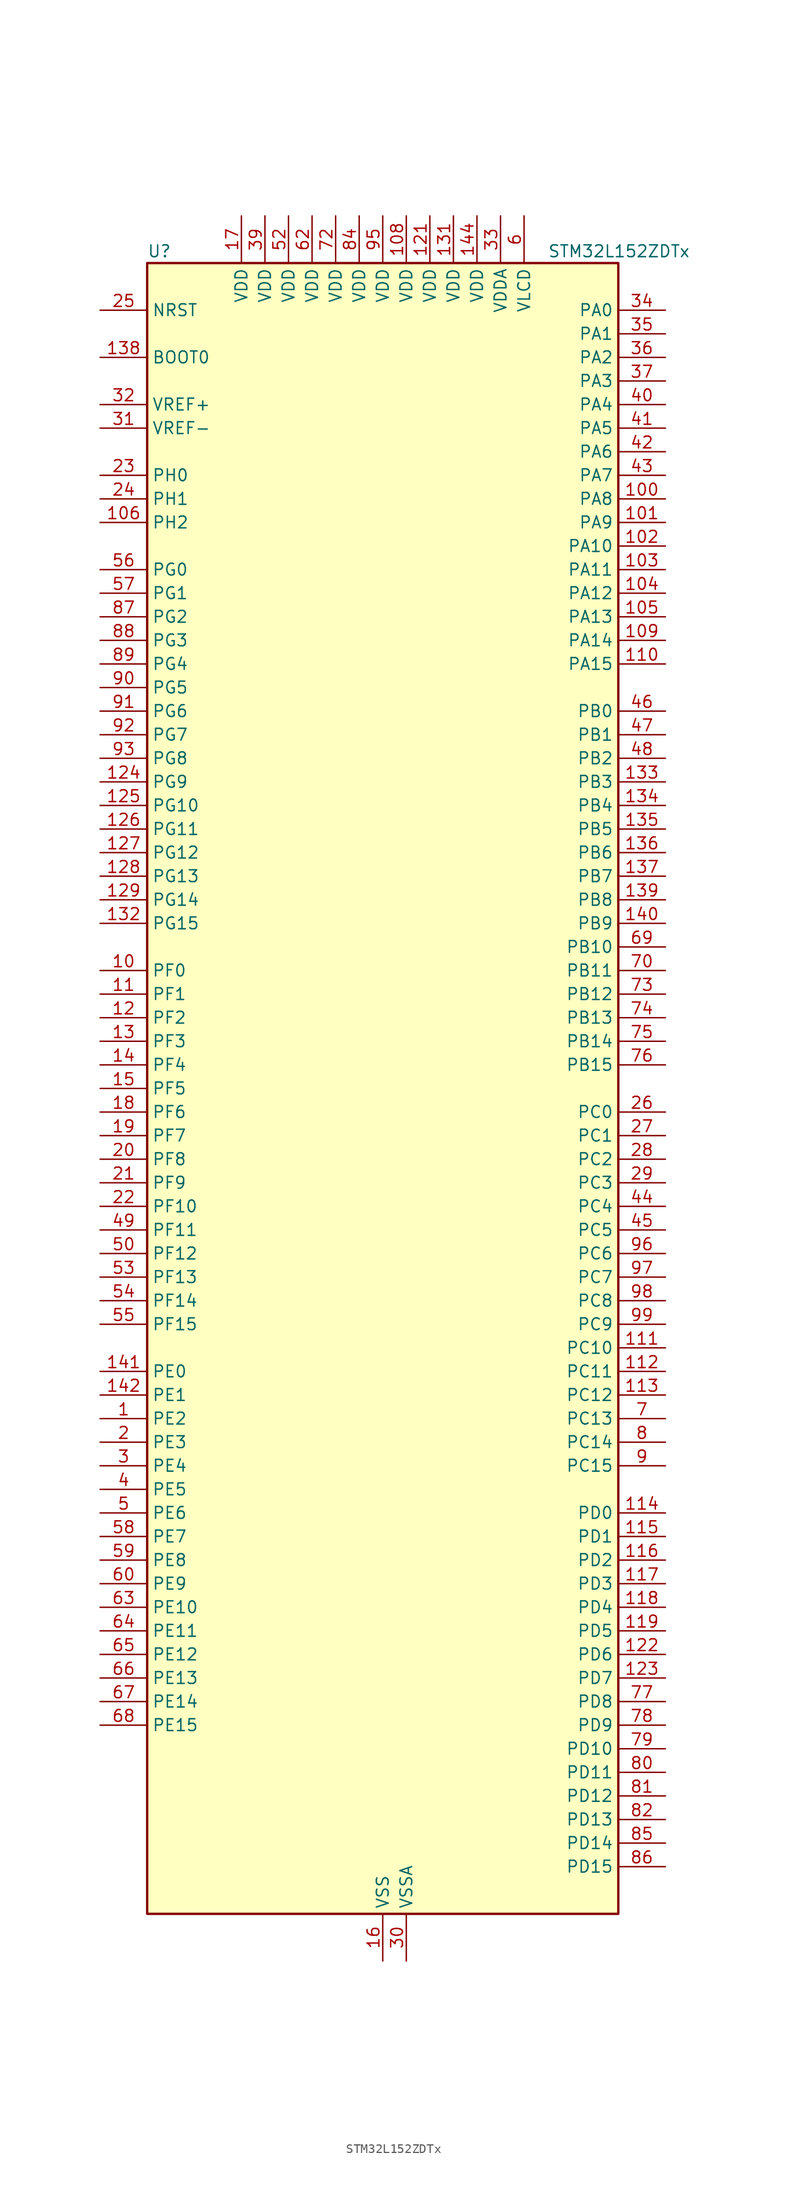
<source format=kicad_sym>
(kicad_symbol_lib
  (version 20241209)
  (generator "kicad_symbol_editor")
  (generator_version "9.0")
  (symbol "STM32L152ZDTx"
    (property "Reference" "U"
      (at -25.4 90.17 0)
      (effects (font (size 1.27 1.27)) (justify left)))
    (property "Value" "STM32L152ZDTx"
      (at 17.78 90.17 0)
      (effects (font (size 1.27 1.27)) (justify left)))
    (symbol "STM32L152ZDTx_0_1"
      (rectangle (start -25.4 -88.9) (end 25.4 88.9) (stroke (width 0.254) (type default)) (fill (type background))))
    (symbol "STM32L152ZDTx_1_1"
      (pin input line (at -30.48 83.82 0) (length 5.08) (name "NRST" (effects (font (size 1.27 1.27)))) (number "25" (effects (font (size 1.27 1.27)))))
      (pin input line (at -30.48 78.74 0) (length 5.08) (name "BOOT0" (effects (font (size 1.27 1.27)))) (number "138" (effects (font (size 1.27 1.27)))))
      (pin input line (at -30.48 73.66 0) (length 5.08) (name "VREF+" (effects (font (size 1.27 1.27)))) (number "32" (effects (font (size 1.27 1.27)))))
      (pin input line (at -30.48 71.12 0) (length 5.08) (name "VREF-" (effects (font (size 1.27 1.27)))) (number "31" (effects (font (size 1.27 1.27)))))
      (pin bidirectional line (at -30.48 66.04 0) (length 5.08) (name "PH0" (effects (font (size 1.27 1.27)))) (number "23" (effects (font (size 1.27 1.27)))) (alternate "RCC_OSC_IN" bidirectional line))
      (pin bidirectional line (at -30.48 63.5 0) (length 5.08) (name "PH1" (effects (font (size 1.27 1.27)))) (number "24" (effects (font (size 1.27 1.27)))) (alternate "RCC_OSC_OUT" bidirectional line))
      (pin bidirectional line (at -30.48 60.96 0) (length 5.08) (name "PH2" (effects (font (size 1.27 1.27)))) (number "106" (effects (font (size 1.27 1.27)))) (alternate "FSMC_A22" bidirectional line))
      (pin bidirectional line (at -30.48 55.88 0) (length 5.08) (name "PG0" (effects (font (size 1.27 1.27)))) (number "56" (effects (font (size 1.27 1.27)))) (alternate "ADC_IN8b" bidirectional line) (alternate "FSMC_A10" bidirectional line) (alternate "TS_G2_IO4" bidirectional line))
      (pin bidirectional line (at -30.48 53.34 0) (length 5.08) (name "PG1" (effects (font (size 1.27 1.27)))) (number "57" (effects (font (size 1.27 1.27)))) (alternate "ADC_IN9b" bidirectional line) (alternate "FSMC_A11" bidirectional line) (alternate "TS_G2_IO5" bidirectional line))
      (pin bidirectional line (at -30.48 50.8 0) (length 5.08) (name "PG2" (effects (font (size 1.27 1.27)))) (number "87" (effects (font (size 1.27 1.27)))) (alternate "ADC_IN10b" bidirectional line) (alternate "FSMC_A12" bidirectional line) (alternate "TS_G7_IO5" bidirectional line))
      (pin bidirectional line (at -30.48 48.26 0) (length 5.08) (name "PG3" (effects (font (size 1.27 1.27)))) (number "88" (effects (font (size 1.27 1.27)))) (alternate "ADC_IN11b" bidirectional line) (alternate "FSMC_A13" bidirectional line) (alternate "TS_G7_IO6" bidirectional line))
      (pin bidirectional line (at -30.48 45.72 0) (length 5.08) (name "PG4" (effects (font (size 1.27 1.27)))) (number "89" (effects (font (size 1.27 1.27)))) (alternate "ADC_IN12b" bidirectional line) (alternate "FSMC_A14" bidirectional line) (alternate "TS_G7_IO7" bidirectional line))
      (pin bidirectional line (at -30.48 43.18 0) (length 5.08) (name "PG5" (effects (font (size 1.27 1.27)))) (number "90" (effects (font (size 1.27 1.27)))) (alternate "FSMC_A15" bidirectional line))
      (pin bidirectional line (at -30.48 40.64 0) (length 5.08) (name "PG6" (effects (font (size 1.27 1.27)))) (number "91" (effects (font (size 1.27 1.27)))))
      (pin bidirectional line (at -30.48 38.1 0) (length 5.08) (name "PG7" (effects (font (size 1.27 1.27)))) (number "92" (effects (font (size 1.27 1.27)))))
      (pin bidirectional line (at -30.48 35.56 0) (length 5.08) (name "PG8" (effects (font (size 1.27 1.27)))) (number "93" (effects (font (size 1.27 1.27)))))
      (pin bidirectional line (at -30.48 33.02 0) (length 5.08) (name "PG9" (effects (font (size 1.27 1.27)))) (number "124" (effects (font (size 1.27 1.27)))) (alternate "DAC_EXTI9" bidirectional line) (alternate "FSMC_NE2" bidirectional line))
      (pin bidirectional line (at -30.48 30.48 0) (length 5.08) (name "PG10" (effects (font (size 1.27 1.27)))) (number "125" (effects (font (size 1.27 1.27)))) (alternate "FSMC_NE3" bidirectional line))
      (pin bidirectional line (at -30.48 27.94 0) (length 5.08) (name "PG11" (effects (font (size 1.27 1.27)))) (number "126" (effects (font (size 1.27 1.27)))) (alternate "ADC_EXTI11" bidirectional line))
      (pin bidirectional line (at -30.48 25.4 0) (length 5.08) (name "PG12" (effects (font (size 1.27 1.27)))) (number "127" (effects (font (size 1.27 1.27)))) (alternate "FSMC_NE4" bidirectional line))
      (pin bidirectional line (at -30.48 22.86 0) (length 5.08) (name "PG13" (effects (font (size 1.27 1.27)))) (number "128" (effects (font (size 1.27 1.27)))) (alternate "FSMC_A24" bidirectional line))
      (pin bidirectional line (at -30.48 20.32 0) (length 5.08) (name "PG14" (effects (font (size 1.27 1.27)))) (number "129" (effects (font (size 1.27 1.27)))) (alternate "FSMC_A25" bidirectional line))
      (pin bidirectional line (at -30.48 17.78 0) (length 5.08) (name "PG15" (effects (font (size 1.27 1.27)))) (number "132" (effects (font (size 1.27 1.27)))) (alternate "ADC_EXTI15" bidirectional line))
      (pin bidirectional line (at -30.48 12.7 0) (length 5.08) (name "PF0" (effects (font (size 1.27 1.27)))) (number "10" (effects (font (size 1.27 1.27)))) (alternate "FSMC_A0" bidirectional line))
      (pin bidirectional line (at -30.48 10.16 0) (length 5.08) (name "PF1" (effects (font (size 1.27 1.27)))) (number "11" (effects (font (size 1.27 1.27)))) (alternate "FSMC_A1" bidirectional line))
      (pin bidirectional line (at -30.48 7.62 0) (length 5.08) (name "PF2" (effects (font (size 1.27 1.27)))) (number "12" (effects (font (size 1.27 1.27)))) (alternate "FSMC_A2" bidirectional line))
      (pin bidirectional line (at -30.48 5.08 0) (length 5.08) (name "PF3" (effects (font (size 1.27 1.27)))) (number "13" (effects (font (size 1.27 1.27)))) (alternate "FSMC_A3" bidirectional line))
      (pin bidirectional line (at -30.48 2.54 0) (length 5.08) (name "PF4" (effects (font (size 1.27 1.27)))) (number "14" (effects (font (size 1.27 1.27)))) (alternate "FSMC_A4" bidirectional line))
      (pin bidirectional line (at -30.48 0 0) (length 5.08) (name "PF5" (effects (font (size 1.27 1.27)))) (number "15" (effects (font (size 1.27 1.27)))) (alternate "FSMC_A5" bidirectional line))
      (pin bidirectional line (at -30.48 -2.54 0) (length 5.08) (name "PF6" (effects (font (size 1.27 1.27)))) (number "18" (effects (font (size 1.27 1.27)))) (alternate "ADC_IN27" bidirectional line) (alternate "TIM5_CH1" bidirectional line) (alternate "TIM5_ETR" bidirectional line) (alternate "TS_G11_IO1" bidirectional line))
      (pin bidirectional line (at -30.48 -5.08 0) (length 5.08) (name "PF7" (effects (font (size 1.27 1.27)))) (number "19" (effects (font (size 1.27 1.27)))) (alternate "ADC_IN28" bidirectional line) (alternate "COMP1_INP" bidirectional line) (alternate "TIM5_CH2" bidirectional line) (alternate "TS_G11_IO2" bidirectional line))
      (pin bidirectional line (at -30.48 -7.62 0) (length 5.08) (name "PF8" (effects (font (size 1.27 1.27)))) (number "20" (effects (font (size 1.27 1.27)))) (alternate "ADC_IN29" bidirectional line) (alternate "COMP1_INP" bidirectional line) (alternate "TIM5_CH3" bidirectional line) (alternate "TS_G11_IO3" bidirectional line))
      (pin bidirectional line (at -30.48 -10.16 0) (length 5.08) (name "PF9" (effects (font (size 1.27 1.27)))) (number "21" (effects (font (size 1.27 1.27)))) (alternate "ADC_IN30" bidirectional line) (alternate "COMP1_INP" bidirectional line) (alternate "DAC_EXTI9" bidirectional line) (alternate "TIM5_CH4" bidirectional line) (alternate "TS_G11_IO4" bidirectional line))
      (pin bidirectional line (at -30.48 -12.7 0) (length 5.08) (name "PF10" (effects (font (size 1.27 1.27)))) (number "22" (effects (font (size 1.27 1.27)))) (alternate "ADC_IN31" bidirectional line) (alternate "COMP1_INP" bidirectional line) (alternate "TS_G11_IO5" bidirectional line))
      (pin bidirectional line (at -30.48 -15.24 0) (length 5.08) (name "PF11" (effects (font (size 1.27 1.27)))) (number "49" (effects (font (size 1.27 1.27)))) (alternate "ADC_EXTI11" bidirectional line) (alternate "ADC_IN1b" bidirectional line) (alternate "TS_G3_IO4" bidirectional line))
      (pin bidirectional line (at -30.48 -17.78 0) (length 5.08) (name "PF12" (effects (font (size 1.27 1.27)))) (number "50" (effects (font (size 1.27 1.27)))) (alternate "ADC_IN2b" bidirectional line) (alternate "FSMC_A6" bidirectional line) (alternate "TS_G3_IO5" bidirectional line))
      (pin bidirectional line (at -30.48 -20.32 0) (length 5.08) (name "PF13" (effects (font (size 1.27 1.27)))) (number "53" (effects (font (size 1.27 1.27)))) (alternate "ADC_IN3b" bidirectional line) (alternate "FSMC_A7" bidirectional line) (alternate "TS_G9_IO3" bidirectional line))
      (pin bidirectional line (at -30.48 -22.86 0) (length 5.08) (name "PF14" (effects (font (size 1.27 1.27)))) (number "54" (effects (font (size 1.27 1.27)))) (alternate "ADC_IN6b" bidirectional line) (alternate "FSMC_A8" bidirectional line) (alternate "TS_G9_IO4" bidirectional line))
      (pin bidirectional line (at -30.48 -25.4 0) (length 5.08) (name "PF15" (effects (font (size 1.27 1.27)))) (number "55" (effects (font (size 1.27 1.27)))) (alternate "ADC_EXTI15" bidirectional line) (alternate "ADC_IN7b" bidirectional line) (alternate "FSMC_A9" bidirectional line) (alternate "TS_G2_IO3" bidirectional line))
      (pin bidirectional line (at -30.48 -30.48 0) (length 5.08) (name "PE0" (effects (font (size 1.27 1.27)))) (number "141" (effects (font (size 1.27 1.27)))) (alternate "FSMC_NBL0" bidirectional line) (alternate "LCD_SEG36" bidirectional line) (alternate "TIM10_CH1" bidirectional line) (alternate "TIM4_ETR" bidirectional line) (alternate "TIMX_IC1" bidirectional line))
      (pin bidirectional line (at -30.48 -33.02 0) (length 5.08) (name "PE1" (effects (font (size 1.27 1.27)))) (number "142" (effects (font (size 1.27 1.27)))) (alternate "FSMC_NBL1" bidirectional line) (alternate "LCD_SEG37" bidirectional line) (alternate "TIM11_CH1" bidirectional line) (alternate "TIMX_IC2" bidirectional line))
      (pin bidirectional line (at -30.48 -35.56 0) (length 5.08) (name "PE2" (effects (font (size 1.27 1.27)))) (number "1" (effects (font (size 1.27 1.27)))) (alternate "FSMC_A23" bidirectional line) (alternate "LCD_SEG38" bidirectional line) (alternate "SYS_TRACECK" bidirectional line) (alternate "TIM3_ETR" bidirectional line) (alternate "TIMX_IC3" bidirectional line))
      (pin bidirectional line (at -30.48 -38.1 0) (length 5.08) (name "PE3" (effects (font (size 1.27 1.27)))) (number "2" (effects (font (size 1.27 1.27)))) (alternate "FSMC_A19" bidirectional line) (alternate "LCD_SEG39" bidirectional line) (alternate "SYS_TRACED0" bidirectional line) (alternate "TIM3_CH1" bidirectional line) (alternate "TIMX_IC4" bidirectional line))
      (pin bidirectional line (at -30.48 -40.64 0) (length 5.08) (name "PE4" (effects (font (size 1.27 1.27)))) (number "3" (effects (font (size 1.27 1.27)))) (alternate "FSMC_A20" bidirectional line) (alternate "SYS_TRACED1" bidirectional line) (alternate "TIM3_CH2" bidirectional line) (alternate "TIMX_IC1" bidirectional line))
      (pin bidirectional line (at -30.48 -43.18 0) (length 5.08) (name "PE5" (effects (font (size 1.27 1.27)))) (number "4" (effects (font (size 1.27 1.27)))) (alternate "FSMC_A21" bidirectional line) (alternate "SYS_TRACED2" bidirectional line) (alternate "TIM9_CH1" bidirectional line) (alternate "TIMX_IC2" bidirectional line))
      (pin bidirectional line (at -30.48 -45.72 0) (length 5.08) (name "PE6" (effects (font (size 1.27 1.27)))) (number "5" (effects (font (size 1.27 1.27)))) (alternate "RTC_TAMP3" bidirectional line) (alternate "SYS_TRACED3" bidirectional line) (alternate "SYS_WKUP3" bidirectional line) (alternate "TIM9_CH2" bidirectional line) (alternate "TIMX_IC3" bidirectional line))
      (pin bidirectional line (at -30.48 -48.26 0) (length 5.08) (name "PE7" (effects (font (size 1.27 1.27)))) (number "58" (effects (font (size 1.27 1.27)))) (alternate "ADC_IN22" bidirectional line) (alternate "COMP1_INP" bidirectional line) (alternate "FSMC_D4" bidirectional line) (alternate "FSMC_DA4" bidirectional line) (alternate "TIMX_IC4" bidirectional line))
      (pin bidirectional line (at -30.48 -50.8 0) (length 5.08) (name "PE8" (effects (font (size 1.27 1.27)))) (number "59" (effects (font (size 1.27 1.27)))) (alternate "ADC_IN23" bidirectional line) (alternate "COMP1_INP" bidirectional line) (alternate "FSMC_D5" bidirectional line) (alternate "FSMC_DA5" bidirectional line) (alternate "TIMX_IC1" bidirectional line))
      (pin bidirectional line (at -30.48 -53.34 0) (length 5.08) (name "PE9" (effects (font (size 1.27 1.27)))) (number "60" (effects (font (size 1.27 1.27)))) (alternate "ADC_IN24" bidirectional line) (alternate "COMP1_INP" bidirectional line) (alternate "DAC_EXTI9" bidirectional line) (alternate "FSMC_D6" bidirectional line) (alternate "FSMC_DA6" bidirectional line) (alternate "TIM2_CH1" bidirectional line) (alternate "TIM2_ETR" bidirectional line) (alternate "TIMX_IC2" bidirectional line))
      (pin bidirectional line (at -30.48 -55.88 0) (length 5.08) (name "PE10" (effects (font (size 1.27 1.27)))) (number "63" (effects (font (size 1.27 1.27)))) (alternate "ADC_IN25" bidirectional line) (alternate "COMP1_INP" bidirectional line) (alternate "FSMC_D7" bidirectional line) (alternate "FSMC_DA7" bidirectional line) (alternate "TIM2_CH2" bidirectional line) (alternate "TIMX_IC3" bidirectional line))
      (pin bidirectional line (at -30.48 -58.42 0) (length 5.08) (name "PE11" (effects (font (size 1.27 1.27)))) (number "64" (effects (font (size 1.27 1.27)))) (alternate "ADC_EXTI11" bidirectional line) (alternate "FSMC_D8" bidirectional line) (alternate "FSMC_DA8" bidirectional line) (alternate "TIM2_CH3" bidirectional line) (alternate "TIMX_IC4" bidirectional line))
      (pin bidirectional line (at -30.48 -60.96 0) (length 5.08) (name "PE12" (effects (font (size 1.27 1.27)))) (number "65" (effects (font (size 1.27 1.27)))) (alternate "FSMC_D9" bidirectional line) (alternate "FSMC_DA9" bidirectional line) (alternate "SPI1_NSS" bidirectional line) (alternate "TIM2_CH4" bidirectional line) (alternate "TIMX_IC1" bidirectional line))
      (pin bidirectional line (at -30.48 -63.5 0) (length 5.08) (name "PE13" (effects (font (size 1.27 1.27)))) (number "66" (effects (font (size 1.27 1.27)))) (alternate "FSMC_D10" bidirectional line) (alternate "FSMC_DA10" bidirectional line) (alternate "SPI1_SCK" bidirectional line) (alternate "TIMX_IC2" bidirectional line))
      (pin bidirectional line (at -30.48 -66.04 0) (length 5.08) (name "PE14" (effects (font (size 1.27 1.27)))) (number "67" (effects (font (size 1.27 1.27)))) (alternate "FSMC_D11" bidirectional line) (alternate "FSMC_DA11" bidirectional line) (alternate "SPI1_MISO" bidirectional line) (alternate "TIMX_IC3" bidirectional line))
      (pin bidirectional line (at -30.48 -68.58 0) (length 5.08) (name "PE15" (effects (font (size 1.27 1.27)))) (number "68" (effects (font (size 1.27 1.27)))) (alternate "ADC_EXTI15" bidirectional line) (alternate "FSMC_D12" bidirectional line) (alternate "FSMC_DA12" bidirectional line) (alternate "SPI1_MOSI" bidirectional line) (alternate "TIMX_IC4" bidirectional line))
      (pin power_in line (at -15.24 93.98 270) (length 5.08) (name "VDD" (effects (font (size 1.27 1.27)))) (number "17" (effects (font (size 1.27 1.27)))))
      (pin power_in line (at -12.7 93.98 270) (length 5.08) (name "VDD" (effects (font (size 1.27 1.27)))) (number "39" (effects (font (size 1.27 1.27)))))
      (pin power_in line (at -10.16 93.98 270) (length 5.08) (name "VDD" (effects (font (size 1.27 1.27)))) (number "52" (effects (font (size 1.27 1.27)))))
      (pin power_in line (at -7.62 93.98 270) (length 5.08) (name "VDD" (effects (font (size 1.27 1.27)))) (number "62" (effects (font (size 1.27 1.27)))))
      (pin power_in line (at -5.08 93.98 270) (length 5.08) (name "VDD" (effects (font (size 1.27 1.27)))) (number "72" (effects (font (size 1.27 1.27)))))
      (pin power_in line (at -2.54 93.98 270) (length 5.08) (name "VDD" (effects (font (size 1.27 1.27)))) (number "84" (effects (font (size 1.27 1.27)))))
      (pin power_in line (at 0 93.98 270) (length 5.08) (name "VDD" (effects (font (size 1.27 1.27)))) (number "95" (effects (font (size 1.27 1.27)))))
      (pin passive line (at 0 -93.98 90) (length 5.08) (hide yes) (name "VSS" (effects (font (size 1.27 1.27)))) (number "107" (effects (font (size 1.27 1.27)))))
      (pin passive line (at 0 -93.98 90) (length 5.08) (hide yes) (name "VSS" (effects (font (size 1.27 1.27)))) (number "120" (effects (font (size 1.27 1.27)))))
      (pin passive line (at 0 -93.98 90) (length 5.08) (hide yes) (name "VSS" (effects (font (size 1.27 1.27)))) (number "130" (effects (font (size 1.27 1.27)))))
      (pin passive line (at 0 -93.98 90) (length 5.08) (hide yes) (name "VSS" (effects (font (size 1.27 1.27)))) (number "143" (effects (font (size 1.27 1.27)))))
      (pin power_in line (at 0 -93.98 90) (length 5.08) (name "VSS" (effects (font (size 1.27 1.27)))) (number "16" (effects (font (size 1.27 1.27)))))
      (pin passive line (at 0 -93.98 90) (length 5.08) (hide yes) (name "VSS" (effects (font (size 1.27 1.27)))) (number "38" (effects (font (size 1.27 1.27)))))
      (pin passive line (at 0 -93.98 90) (length 5.08) (hide yes) (name "VSS" (effects (font (size 1.27 1.27)))) (number "51" (effects (font (size 1.27 1.27)))))
      (pin passive line (at 0 -93.98 90) (length 5.08) (hide yes) (name "VSS" (effects (font (size 1.27 1.27)))) (number "61" (effects (font (size 1.27 1.27)))))
      (pin passive line (at 0 -93.98 90) (length 5.08) (hide yes) (name "VSS" (effects (font (size 1.27 1.27)))) (number "71" (effects (font (size 1.27 1.27)))))
      (pin passive line (at 0 -93.98 90) (length 5.08) (hide yes) (name "VSS" (effects (font (size 1.27 1.27)))) (number "83" (effects (font (size 1.27 1.27)))))
      (pin passive line (at 0 -93.98 90) (length 5.08) (hide yes) (name "VSS" (effects (font (size 1.27 1.27)))) (number "94" (effects (font (size 1.27 1.27)))))
      (pin power_in line (at 2.54 93.98 270) (length 5.08) (name "VDD" (effects (font (size 1.27 1.27)))) (number "108" (effects (font (size 1.27 1.27)))))
      (pin power_in line (at 2.54 -93.98 90) (length 5.08) (name "VSSA" (effects (font (size 1.27 1.27)))) (number "30" (effects (font (size 1.27 1.27)))))
      (pin power_in line (at 5.08 93.98 270) (length 5.08) (name "VDD" (effects (font (size 1.27 1.27)))) (number "121" (effects (font (size 1.27 1.27)))))
      (pin power_in line (at 7.62 93.98 270) (length 5.08) (name "VDD" (effects (font (size 1.27 1.27)))) (number "131" (effects (font (size 1.27 1.27)))))
      (pin power_in line (at 10.16 93.98 270) (length 5.08) (name "VDD" (effects (font (size 1.27 1.27)))) (number "144" (effects (font (size 1.27 1.27)))))
      (pin power_in line (at 12.7 93.98 270) (length 5.08) (name "VDDA" (effects (font (size 1.27 1.27)))) (number "33" (effects (font (size 1.27 1.27)))))
      (pin power_in line (at 15.24 93.98 270) (length 5.08) (name "VLCD" (effects (font (size 1.27 1.27)))) (number "6" (effects (font (size 1.27 1.27)))))
      (pin bidirectional line (at 30.48 83.82 180) (length 5.08) (name "PA0" (effects (font (size 1.27 1.27)))) (number "34" (effects (font (size 1.27 1.27)))) (alternate "ADC_IN0" bidirectional line) (alternate "COMP1_INP" bidirectional line) (alternate "RTC_TAMP2" bidirectional line) (alternate "SYS_WKUP1" bidirectional line) (alternate "TIM2_CH1" bidirectional line) (alternate "TIM2_ETR" bidirectional line) (alternate "TIM5_CH1" bidirectional line) (alternate "TIMX_IC1" bidirectional line) (alternate "TS_G1_IO1" bidirectional line) (alternate "USART2_CTS" bidirectional line))
      (pin bidirectional line (at 30.48 81.28 180) (length 5.08) (name "PA1" (effects (font (size 1.27 1.27)))) (number "35" (effects (font (size 1.27 1.27)))) (alternate "ADC_IN1" bidirectional line) (alternate "COMP1_INP" bidirectional line) (alternate "LCD_SEG0" bidirectional line) (alternate "OPAMP1_VINP" bidirectional line) (alternate "TIM2_CH2" bidirectional line) (alternate "TIM5_CH2" bidirectional line) (alternate "TIMX_IC2" bidirectional line) (alternate "TS_G1_IO2" bidirectional line) (alternate "USART2_RTS" bidirectional line))
      (pin bidirectional line (at 30.48 78.74 180) (length 5.08) (name "PA2" (effects (font (size 1.27 1.27)))) (number "36" (effects (font (size 1.27 1.27)))) (alternate "ADC_IN2" bidirectional line) (alternate "COMP1_INP" bidirectional line) (alternate "LCD_SEG1" bidirectional line) (alternate "OPAMP1_VINM" bidirectional line) (alternate "TIM2_CH3" bidirectional line) (alternate "TIM5_CH3" bidirectional line) (alternate "TIM9_CH1" bidirectional line) (alternate "TIMX_IC3" bidirectional line) (alternate "TS_G1_IO3" bidirectional line) (alternate "USART2_TX" bidirectional line))
      (pin bidirectional line (at 30.48 76.2 180) (length 5.08) (name "PA3" (effects (font (size 1.27 1.27)))) (number "37" (effects (font (size 1.27 1.27)))) (alternate "ADC_IN3" bidirectional line) (alternate "COMP1_INP" bidirectional line) (alternate "LCD_SEG2" bidirectional line) (alternate "OPAMP1_VOUT" bidirectional line) (alternate "TIM2_CH4" bidirectional line) (alternate "TIM5_CH4" bidirectional line) (alternate "TIM9_CH2" bidirectional line) (alternate "TIMX_IC4" bidirectional line) (alternate "TS_G1_IO4" bidirectional line) (alternate "USART2_RX" bidirectional line))
      (pin bidirectional line (at 30.48 73.66 180) (length 5.08) (name "PA4" (effects (font (size 1.27 1.27)))) (number "40" (effects (font (size 1.27 1.27)))) (alternate "ADC_IN4" bidirectional line) (alternate "COMP1_INP" bidirectional line) (alternate "DAC_OUT1" bidirectional line) (alternate "I2S3_WS" bidirectional line) (alternate "SPI1_NSS" bidirectional line) (alternate "SPI3_NSS" bidirectional line) (alternate "TIMX_IC1" bidirectional line) (alternate "USART2_CK" bidirectional line))
      (pin bidirectional line (at 30.48 71.12 180) (length 5.08) (name "PA5" (effects (font (size 1.27 1.27)))) (number "41" (effects (font (size 1.27 1.27)))) (alternate "ADC_IN5" bidirectional line) (alternate "COMP1_INP" bidirectional line) (alternate "DAC_OUT2" bidirectional line) (alternate "SPI1_SCK" bidirectional line) (alternate "TIM2_CH1" bidirectional line) (alternate "TIM2_ETR" bidirectional line) (alternate "TIMX_IC2" bidirectional line))
      (pin bidirectional line (at 30.48 68.58 180) (length 5.08) (name "PA6" (effects (font (size 1.27 1.27)))) (number "42" (effects (font (size 1.27 1.27)))) (alternate "ADC_IN6" bidirectional line) (alternate "COMP1_INP" bidirectional line) (alternate "LCD_SEG3" bidirectional line) (alternate "OPAMP2_VINP" bidirectional line) (alternate "SPI1_MISO" bidirectional line) (alternate "TIM10_CH1" bidirectional line) (alternate "TIM3_CH1" bidirectional line) (alternate "TIMX_IC3" bidirectional line) (alternate "TS_G2_IO1" bidirectional line))
      (pin bidirectional line (at 30.48 66.04 180) (length 5.08) (name "PA7" (effects (font (size 1.27 1.27)))) (number "43" (effects (font (size 1.27 1.27)))) (alternate "ADC_IN7" bidirectional line) (alternate "COMP1_INP" bidirectional line) (alternate "LCD_SEG4" bidirectional line) (alternate "OPAMP2_VINM" bidirectional line) (alternate "SPI1_MOSI" bidirectional line) (alternate "TIM11_CH1" bidirectional line) (alternate "TIM3_CH2" bidirectional line) (alternate "TIMX_IC4" bidirectional line) (alternate "TS_G2_IO2" bidirectional line))
      (pin bidirectional line (at 30.48 63.5 180) (length 5.08) (name "PA8" (effects (font (size 1.27 1.27)))) (number "100" (effects (font (size 1.27 1.27)))) (alternate "LCD_COM0" bidirectional line) (alternate "RCC_MCO" bidirectional line) (alternate "TIMX_IC1" bidirectional line) (alternate "TS_G4_IO1" bidirectional line) (alternate "USART1_CK" bidirectional line))
      (pin bidirectional line (at 30.48 60.96 180) (length 5.08) (name "PA9" (effects (font (size 1.27 1.27)))) (number "101" (effects (font (size 1.27 1.27)))) (alternate "DAC_EXTI9" bidirectional line) (alternate "LCD_COM1" bidirectional line) (alternate "TIMX_IC2" bidirectional line) (alternate "TS_G4_IO2" bidirectional line) (alternate "USART1_TX" bidirectional line))
      (pin bidirectional line (at 30.48 58.42 180) (length 5.08) (name "PA10" (effects (font (size 1.27 1.27)))) (number "102" (effects (font (size 1.27 1.27)))) (alternate "LCD_COM2" bidirectional line) (alternate "TIMX_IC3" bidirectional line) (alternate "TS_G4_IO3" bidirectional line) (alternate "USART1_RX" bidirectional line))
      (pin bidirectional line (at 30.48 55.88 180) (length 5.08) (name "PA11" (effects (font (size 1.27 1.27)))) (number "103" (effects (font (size 1.27 1.27)))) (alternate "ADC_EXTI11" bidirectional line) (alternate "SPI1_MISO" bidirectional line) (alternate "TIMX_IC4" bidirectional line) (alternate "USART1_CTS" bidirectional line) (alternate "USB_DM" bidirectional line))
      (pin bidirectional line (at 30.48 53.34 180) (length 5.08) (name "PA12" (effects (font (size 1.27 1.27)))) (number "104" (effects (font (size 1.27 1.27)))) (alternate "SPI1_MOSI" bidirectional line) (alternate "TIMX_IC1" bidirectional line) (alternate "USART1_RTS" bidirectional line) (alternate "USB_DP" bidirectional line))
      (pin bidirectional line (at 30.48 50.8 180) (length 5.08) (name "PA13" (effects (font (size 1.27 1.27)))) (number "105" (effects (font (size 1.27 1.27)))) (alternate "SYS_JTMS-SWDIO" bidirectional line) (alternate "TIMX_IC2" bidirectional line) (alternate "TS_G5_IO1" bidirectional line))
      (pin bidirectional line (at 30.48 48.26 180) (length 5.08) (name "PA14" (effects (font (size 1.27 1.27)))) (number "109" (effects (font (size 1.27 1.27)))) (alternate "SYS_JTCK-SWCLK" bidirectional line) (alternate "TIMX_IC3" bidirectional line) (alternate "TS_G5_IO2" bidirectional line))
      (pin bidirectional line (at 30.48 45.72 180) (length 5.08) (name "PA15" (effects (font (size 1.27 1.27)))) (number "110" (effects (font (size 1.27 1.27)))) (alternate "ADC_EXTI15" bidirectional line) (alternate "I2S3_WS" bidirectional line) (alternate "LCD_SEG17" bidirectional line) (alternate "SPI1_NSS" bidirectional line) (alternate "SPI3_NSS" bidirectional line) (alternate "SYS_JTDI" bidirectional line) (alternate "TIM2_CH1" bidirectional line) (alternate "TIM2_ETR" bidirectional line) (alternate "TIMX_IC4" bidirectional line) (alternate "TS_G5_IO3" bidirectional line))
      (pin bidirectional line (at 30.48 40.64 180) (length 5.08) (name "PB0" (effects (font (size 1.27 1.27)))) (number "46" (effects (font (size 1.27 1.27)))) (alternate "ADC_IN8" bidirectional line) (alternate "COMP1_INP" bidirectional line) (alternate "LCD_SEG5" bidirectional line) (alternate "OPAMP2_VOUT" bidirectional line) (alternate "SYS_V_REF_OUT" bidirectional line) (alternate "TIM3_CH3" bidirectional line) (alternate "TS_G3_IO1" bidirectional line))
      (pin bidirectional line (at 30.48 38.1 180) (length 5.08) (name "PB1" (effects (font (size 1.27 1.27)))) (number "47" (effects (font (size 1.27 1.27)))) (alternate "ADC_IN9" bidirectional line) (alternate "COMP1_INP" bidirectional line) (alternate "LCD_SEG6" bidirectional line) (alternate "SYS_V_REF_OUT" bidirectional line) (alternate "TIM3_CH4" bidirectional line) (alternate "TS_G3_IO2" bidirectional line))
      (pin bidirectional line (at 30.48 35.56 180) (length 5.08) (name "PB2" (effects (font (size 1.27 1.27)))) (number "48" (effects (font (size 1.27 1.27)))) (alternate "ADC_IN0b" bidirectional line) (alternate "TS_G3_IO3" bidirectional line))
      (pin bidirectional line (at 30.48 33.02 180) (length 5.08) (name "PB3" (effects (font (size 1.27 1.27)))) (number "133" (effects (font (size 1.27 1.27)))) (alternate "COMP2_INM" bidirectional line) (alternate "I2S3_CK" bidirectional line) (alternate "LCD_SEG7" bidirectional line) (alternate "SPI1_SCK" bidirectional line) (alternate "SPI3_SCK" bidirectional line) (alternate "SYS_JTDO-TRACESWO" bidirectional line) (alternate "TIM2_CH2" bidirectional line))
      (pin bidirectional line (at 30.48 30.48 180) (length 5.08) (name "PB4" (effects (font (size 1.27 1.27)))) (number "134" (effects (font (size 1.27 1.27)))) (alternate "COMP2_INP" bidirectional line) (alternate "LCD_SEG8" bidirectional line) (alternate "SPI1_MISO" bidirectional line) (alternate "SPI3_MISO" bidirectional line) (alternate "SYS_JTRST" bidirectional line) (alternate "TIM3_CH1" bidirectional line) (alternate "TS_G6_IO1" bidirectional line))
      (pin bidirectional line (at 30.48 27.94 180) (length 5.08) (name "PB5" (effects (font (size 1.27 1.27)))) (number "135" (effects (font (size 1.27 1.27)))) (alternate "COMP2_INP" bidirectional line) (alternate "I2C1_SMBA" bidirectional line) (alternate "I2S3_SD" bidirectional line) (alternate "LCD_SEG9" bidirectional line) (alternate "SPI1_MOSI" bidirectional line) (alternate "SPI3_MOSI" bidirectional line) (alternate "TIM3_CH2" bidirectional line) (alternate "TS_G6_IO2" bidirectional line))
      (pin bidirectional line (at 30.48 25.4 180) (length 5.08) (name "PB6" (effects (font (size 1.27 1.27)))) (number "136" (effects (font (size 1.27 1.27)))) (alternate "COMP2_INP" bidirectional line) (alternate "I2C1_SCL" bidirectional line) (alternate "TIM4_CH1" bidirectional line) (alternate "TS_G6_IO3" bidirectional line) (alternate "USART1_TX" bidirectional line))
      (pin bidirectional line (at 30.48 22.86 180) (length 5.08) (name "PB7" (effects (font (size 1.27 1.27)))) (number "137" (effects (font (size 1.27 1.27)))) (alternate "COMP2_INP" bidirectional line) (alternate "FSMC_NL" bidirectional line) (alternate "I2C1_SDA" bidirectional line) (alternate "SYS_PVD_IN" bidirectional line) (alternate "TIM4_CH2" bidirectional line) (alternate "TS_G6_IO4" bidirectional line) (alternate "USART1_RX" bidirectional line))
      (pin bidirectional line (at 30.48 20.32 180) (length 5.08) (name "PB8" (effects (font (size 1.27 1.27)))) (number "139" (effects (font (size 1.27 1.27)))) (alternate "I2C1_SCL" bidirectional line) (alternate "LCD_SEG16" bidirectional line) (alternate "SDIO_D4" bidirectional line) (alternate "TIM10_CH1" bidirectional line) (alternate "TIM4_CH3" bidirectional line))
      (pin bidirectional line (at 30.48 17.78 180) (length 5.08) (name "PB9" (effects (font (size 1.27 1.27)))) (number "140" (effects (font (size 1.27 1.27)))) (alternate "DAC_EXTI9" bidirectional line) (alternate "I2C1_SDA" bidirectional line) (alternate "LCD_COM3" bidirectional line) (alternate "SDIO_D5" bidirectional line) (alternate "TIM11_CH1" bidirectional line) (alternate "TIM4_CH4" bidirectional line))
      (pin bidirectional line (at 30.48 15.24 180) (length 5.08) (name "PB10" (effects (font (size 1.27 1.27)))) (number "69" (effects (font (size 1.27 1.27)))) (alternate "I2C2_SCL" bidirectional line) (alternate "LCD_SEG10" bidirectional line) (alternate "TIM2_CH3" bidirectional line) (alternate "USART3_TX" bidirectional line))
      (pin bidirectional line (at 30.48 12.7 180) (length 5.08) (name "PB11" (effects (font (size 1.27 1.27)))) (number "70" (effects (font (size 1.27 1.27)))) (alternate "ADC_EXTI11" bidirectional line) (alternate "I2C2_SDA" bidirectional line) (alternate "LCD_SEG11" bidirectional line) (alternate "TIM2_CH4" bidirectional line) (alternate "USART3_RX" bidirectional line))
      (pin bidirectional line (at 30.48 10.16 180) (length 5.08) (name "PB12" (effects (font (size 1.27 1.27)))) (number "73" (effects (font (size 1.27 1.27)))) (alternate "ADC_IN18" bidirectional line) (alternate "COMP1_INP" bidirectional line) (alternate "I2C2_SMBA" bidirectional line) (alternate "I2S2_WS" bidirectional line) (alternate "LCD_SEG12" bidirectional line) (alternate "SPI2_NSS" bidirectional line) (alternate "TIM10_CH1" bidirectional line) (alternate "TS_G7_IO1" bidirectional line) (alternate "USART3_CK" bidirectional line))
      (pin bidirectional line (at 30.48 7.62 180) (length 5.08) (name "PB13" (effects (font (size 1.27 1.27)))) (number "74" (effects (font (size 1.27 1.27)))) (alternate "ADC_IN19" bidirectional line) (alternate "COMP1_INP" bidirectional line) (alternate "I2S2_CK" bidirectional line) (alternate "LCD_SEG13" bidirectional line) (alternate "SPI2_SCK" bidirectional line) (alternate "TIM9_CH1" bidirectional line) (alternate "TS_G7_IO2" bidirectional line) (alternate "USART3_CTS" bidirectional line))
      (pin bidirectional line (at 30.48 5.08 180) (length 5.08) (name "PB14" (effects (font (size 1.27 1.27)))) (number "75" (effects (font (size 1.27 1.27)))) (alternate "ADC_IN20" bidirectional line) (alternate "COMP1_INP" bidirectional line) (alternate "LCD_SEG14" bidirectional line) (alternate "SPI2_MISO" bidirectional line) (alternate "TIM9_CH2" bidirectional line) (alternate "TS_G7_IO3" bidirectional line) (alternate "USART3_RTS" bidirectional line))
      (pin bidirectional line (at 30.48 2.54 180) (length 5.08) (name "PB15" (effects (font (size 1.27 1.27)))) (number "76" (effects (font (size 1.27 1.27)))) (alternate "ADC_EXTI15" bidirectional line) (alternate "ADC_IN21" bidirectional line) (alternate "COMP1_INP" bidirectional line) (alternate "I2S2_SD" bidirectional line) (alternate "LCD_SEG15" bidirectional line) (alternate "RTC_REFIN" bidirectional line) (alternate "SPI2_MOSI" bidirectional line) (alternate "TIM11_CH1" bidirectional line) (alternate "TS_G7_IO4" bidirectional line))
      (pin bidirectional line (at 30.48 -2.54 180) (length 5.08) (name "PC0" (effects (font (size 1.27 1.27)))) (number "26" (effects (font (size 1.27 1.27)))) (alternate "ADC_IN10" bidirectional line) (alternate "COMP1_INP" bidirectional line) (alternate "LCD_SEG18" bidirectional line) (alternate "TIMX_IC1" bidirectional line) (alternate "TS_G8_IO1" bidirectional line))
      (pin bidirectional line (at 30.48 -5.08 180) (length 5.08) (name "PC1" (effects (font (size 1.27 1.27)))) (number "27" (effects (font (size 1.27 1.27)))) (alternate "ADC_IN11" bidirectional line) (alternate "COMP1_INP" bidirectional line) (alternate "LCD_SEG19" bidirectional line) (alternate "OPAMP3_VINP" bidirectional line) (alternate "TIMX_IC2" bidirectional line) (alternate "TS_G8_IO2" bidirectional line))
      (pin bidirectional line (at 30.48 -7.62 180) (length 5.08) (name "PC2" (effects (font (size 1.27 1.27)))) (number "28" (effects (font (size 1.27 1.27)))) (alternate "ADC_IN12" bidirectional line) (alternate "COMP1_INP" bidirectional line) (alternate "LCD_SEG20" bidirectional line) (alternate "OPAMP3_VINM" bidirectional line) (alternate "TIMX_IC3" bidirectional line) (alternate "TS_G8_IO3" bidirectional line))
      (pin bidirectional line (at 30.48 -10.16 180) (length 5.08) (name "PC3" (effects (font (size 1.27 1.27)))) (number "29" (effects (font (size 1.27 1.27)))) (alternate "ADC_IN13" bidirectional line) (alternate "COMP1_INP" bidirectional line) (alternate "LCD_SEG21" bidirectional line) (alternate "OPAMP3_VOUT" bidirectional line) (alternate "TIMX_IC4" bidirectional line) (alternate "TS_G8_IO4" bidirectional line))
      (pin bidirectional line (at 30.48 -12.7 180) (length 5.08) (name "PC4" (effects (font (size 1.27 1.27)))) (number "44" (effects (font (size 1.27 1.27)))) (alternate "ADC_IN14" bidirectional line) (alternate "COMP1_INP" bidirectional line) (alternate "LCD_SEG22" bidirectional line) (alternate "TIMX_IC1" bidirectional line) (alternate "TS_G9_IO1" bidirectional line))
      (pin bidirectional line (at 30.48 -15.24 180) (length 5.08) (name "PC5" (effects (font (size 1.27 1.27)))) (number "45" (effects (font (size 1.27 1.27)))) (alternate "ADC_IN15" bidirectional line) (alternate "COMP1_INP" bidirectional line) (alternate "LCD_SEG23" bidirectional line) (alternate "TIMX_IC2" bidirectional line) (alternate "TS_G9_IO2" bidirectional line))
      (pin bidirectional line (at 30.48 -17.78 180) (length 5.08) (name "PC6" (effects (font (size 1.27 1.27)))) (number "96" (effects (font (size 1.27 1.27)))) (alternate "I2S2_MCK" bidirectional line) (alternate "LCD_SEG24" bidirectional line) (alternate "SDIO_D6" bidirectional line) (alternate "TIM3_CH1" bidirectional line) (alternate "TIMX_IC3" bidirectional line) (alternate "TS_G10_IO1" bidirectional line))
      (pin bidirectional line (at 30.48 -20.32 180) (length 5.08) (name "PC7" (effects (font (size 1.27 1.27)))) (number "97" (effects (font (size 1.27 1.27)))) (alternate "I2S3_MCK" bidirectional line) (alternate "LCD_SEG25" bidirectional line) (alternate "SDIO_D7" bidirectional line) (alternate "TIM3_CH2" bidirectional line) (alternate "TIMX_IC4" bidirectional line) (alternate "TS_G10_IO2" bidirectional line))
      (pin bidirectional line (at 30.48 -22.86 180) (length 5.08) (name "PC8" (effects (font (size 1.27 1.27)))) (number "98" (effects (font (size 1.27 1.27)))) (alternate "LCD_SEG26" bidirectional line) (alternate "SDIO_D0" bidirectional line) (alternate "TIM3_CH3" bidirectional line) (alternate "TIMX_IC1" bidirectional line) (alternate "TS_G10_IO3" bidirectional line))
      (pin bidirectional line (at 30.48 -25.4 180) (length 5.08) (name "PC9" (effects (font (size 1.27 1.27)))) (number "99" (effects (font (size 1.27 1.27)))) (alternate "DAC_EXTI9" bidirectional line) (alternate "LCD_SEG27" bidirectional line) (alternate "SDIO_D1" bidirectional line) (alternate "TIM3_CH4" bidirectional line) (alternate "TIMX_IC2" bidirectional line) (alternate "TS_G10_IO4" bidirectional line))
      (pin bidirectional line (at 30.48 -27.94 180) (length 5.08) (name "PC10" (effects (font (size 1.27 1.27)))) (number "111" (effects (font (size 1.27 1.27)))) (alternate "I2S3_CK" bidirectional line) (alternate "LCD_COM4" bidirectional line) (alternate "LCD_SEG28" bidirectional line) (alternate "LCD_SEG40" bidirectional line) (alternate "SDIO_D2" bidirectional line) (alternate "SPI3_SCK" bidirectional line) (alternate "TIMX_IC3" bidirectional line) (alternate "UART4_TX" bidirectional line) (alternate "USART3_TX" bidirectional line))
      (pin bidirectional line (at 30.48 -30.48 180) (length 5.08) (name "PC11" (effects (font (size 1.27 1.27)))) (number "112" (effects (font (size 1.27 1.27)))) (alternate "ADC_EXTI11" bidirectional line) (alternate "LCD_COM5" bidirectional line) (alternate "LCD_SEG29" bidirectional line) (alternate "LCD_SEG41" bidirectional line) (alternate "SDIO_D3" bidirectional line) (alternate "SPI3_MISO" bidirectional line) (alternate "TIMX_IC4" bidirectional line) (alternate "UART4_RX" bidirectional line) (alternate "USART3_RX" bidirectional line))
      (pin bidirectional line (at 30.48 -33.02 180) (length 5.08) (name "PC12" (effects (font (size 1.27 1.27)))) (number "113" (effects (font (size 1.27 1.27)))) (alternate "I2S3_SD" bidirectional line) (alternate "LCD_COM6" bidirectional line) (alternate "LCD_SEG30" bidirectional line) (alternate "LCD_SEG42" bidirectional line) (alternate "SDIO_CK" bidirectional line) (alternate "SPI3_MOSI" bidirectional line) (alternate "TIMX_IC1" bidirectional line) (alternate "UART5_TX" bidirectional line) (alternate "USART3_CK" bidirectional line))
      (pin bidirectional line (at 30.48 -35.56 180) (length 5.08) (name "PC13" (effects (font (size 1.27 1.27)))) (number "7" (effects (font (size 1.27 1.27)))) (alternate "RTC_OUT_ALARM" bidirectional line) (alternate "RTC_OUT_CALIB" bidirectional line) (alternate "RTC_TAMP1" bidirectional line) (alternate "RTC_TS" bidirectional line) (alternate "SYS_WKUP2" bidirectional line) (alternate "TIMX_IC2" bidirectional line))
      (pin bidirectional line (at 30.48 -38.1 180) (length 5.08) (name "PC14" (effects (font (size 1.27 1.27)))) (number "8" (effects (font (size 1.27 1.27)))) (alternate "RCC_OSC32_IN" bidirectional line) (alternate "TIMX_IC3" bidirectional line))
      (pin bidirectional line (at 30.48 -40.64 180) (length 5.08) (name "PC15" (effects (font (size 1.27 1.27)))) (number "9" (effects (font (size 1.27 1.27)))) (alternate "ADC_EXTI15" bidirectional line) (alternate "RCC_OSC32_OUT" bidirectional line) (alternate "TIMX_IC4" bidirectional line))
      (pin bidirectional line (at 30.48 -45.72 180) (length 5.08) (name "PD0" (effects (font (size 1.27 1.27)))) (number "114" (effects (font (size 1.27 1.27)))) (alternate "FSMC_D2" bidirectional line) (alternate "FSMC_DA2" bidirectional line) (alternate "I2S2_WS" bidirectional line) (alternate "SPI2_NSS" bidirectional line) (alternate "TIM9_CH1" bidirectional line) (alternate "TIMX_IC1" bidirectional line))
      (pin bidirectional line (at 30.48 -48.26 180) (length 5.08) (name "PD1" (effects (font (size 1.27 1.27)))) (number "115" (effects (font (size 1.27 1.27)))) (alternate "FSMC_D3" bidirectional line) (alternate "FSMC_DA3" bidirectional line) (alternate "I2S2_CK" bidirectional line) (alternate "SPI2_SCK" bidirectional line) (alternate "TIMX_IC2" bidirectional line))
      (pin bidirectional line (at 30.48 -50.8 180) (length 5.08) (name "PD2" (effects (font (size 1.27 1.27)))) (number "116" (effects (font (size 1.27 1.27)))) (alternate "LCD_COM7" bidirectional line) (alternate "LCD_SEG31" bidirectional line) (alternate "LCD_SEG43" bidirectional line) (alternate "SDIO_CMD" bidirectional line) (alternate "TIM3_ETR" bidirectional line) (alternate "TIMX_IC3" bidirectional line) (alternate "UART5_RX" bidirectional line))
      (pin bidirectional line (at 30.48 -53.34 180) (length 5.08) (name "PD3" (effects (font (size 1.27 1.27)))) (number "117" (effects (font (size 1.27 1.27)))) (alternate "FSMC_CLK" bidirectional line) (alternate "SPI2_MISO" bidirectional line) (alternate "TIMX_IC4" bidirectional line) (alternate "USART2_CTS" bidirectional line))
      (pin bidirectional line (at 30.48 -55.88 180) (length 5.08) (name "PD4" (effects (font (size 1.27 1.27)))) (number "118" (effects (font (size 1.27 1.27)))) (alternate "FSMC_NOE" bidirectional line) (alternate "I2S2_SD" bidirectional line) (alternate "SPI2_MOSI" bidirectional line) (alternate "TIMX_IC1" bidirectional line) (alternate "USART2_RTS" bidirectional line))
      (pin bidirectional line (at 30.48 -58.42 180) (length 5.08) (name "PD5" (effects (font (size 1.27 1.27)))) (number "119" (effects (font (size 1.27 1.27)))) (alternate "FSMC_NWE" bidirectional line) (alternate "TIMX_IC2" bidirectional line) (alternate "USART2_TX" bidirectional line))
      (pin bidirectional line (at 30.48 -60.96 180) (length 5.08) (name "PD6" (effects (font (size 1.27 1.27)))) (number "122" (effects (font (size 1.27 1.27)))) (alternate "FSMC_NWAIT" bidirectional line) (alternate "TIMX_IC3" bidirectional line) (alternate "USART2_RX" bidirectional line))
      (pin bidirectional line (at 30.48 -63.5 180) (length 5.08) (name "PD7" (effects (font (size 1.27 1.27)))) (number "123" (effects (font (size 1.27 1.27)))) (alternate "FSMC_NE1" bidirectional line) (alternate "TIM9_CH2" bidirectional line) (alternate "TIMX_IC4" bidirectional line) (alternate "USART2_CK" bidirectional line))
      (pin bidirectional line (at 30.48 -66.04 180) (length 5.08) (name "PD8" (effects (font (size 1.27 1.27)))) (number "77" (effects (font (size 1.27 1.27)))) (alternate "FSMC_D13" bidirectional line) (alternate "FSMC_DA13" bidirectional line) (alternate "LCD_SEG28" bidirectional line) (alternate "TIMX_IC1" bidirectional line) (alternate "USART3_TX" bidirectional line))
      (pin bidirectional line (at 30.48 -68.58 180) (length 5.08) (name "PD9" (effects (font (size 1.27 1.27)))) (number "78" (effects (font (size 1.27 1.27)))) (alternate "DAC_EXTI9" bidirectional line) (alternate "FSMC_D14" bidirectional line) (alternate "FSMC_DA14" bidirectional line) (alternate "LCD_SEG29" bidirectional line) (alternate "TIMX_IC2" bidirectional line) (alternate "USART3_RX" bidirectional line))
      (pin bidirectional line (at 30.48 -71.12 180) (length 5.08) (name "PD10" (effects (font (size 1.27 1.27)))) (number "79" (effects (font (size 1.27 1.27)))) (alternate "FSMC_D15" bidirectional line) (alternate "FSMC_DA15" bidirectional line) (alternate "LCD_SEG30" bidirectional line) (alternate "TIMX_IC3" bidirectional line) (alternate "USART3_CK" bidirectional line))
      (pin bidirectional line (at 30.48 -73.66 180) (length 5.08) (name "PD11" (effects (font (size 1.27 1.27)))) (number "80" (effects (font (size 1.27 1.27)))) (alternate "ADC_EXTI11" bidirectional line) (alternate "FSMC_A16" bidirectional line) (alternate "LCD_SEG31" bidirectional line) (alternate "TIMX_IC4" bidirectional line) (alternate "USART3_CTS" bidirectional line))
      (pin bidirectional line (at 30.48 -76.2 180) (length 5.08) (name "PD12" (effects (font (size 1.27 1.27)))) (number "81" (effects (font (size 1.27 1.27)))) (alternate "FSMC_A17" bidirectional line) (alternate "LCD_SEG32" bidirectional line) (alternate "TIM4_CH1" bidirectional line) (alternate "TIMX_IC1" bidirectional line) (alternate "USART3_RTS" bidirectional line))
      (pin bidirectional line (at 30.48 -78.74 180) (length 5.08) (name "PD13" (effects (font (size 1.27 1.27)))) (number "82" (effects (font (size 1.27 1.27)))) (alternate "FSMC_A18" bidirectional line) (alternate "LCD_SEG33" bidirectional line) (alternate "TIM4_CH2" bidirectional line) (alternate "TIMX_IC2" bidirectional line))
      (pin bidirectional line (at 30.48 -81.28 180) (length 5.08) (name "PD14" (effects (font (size 1.27 1.27)))) (number "85" (effects (font (size 1.27 1.27)))) (alternate "FSMC_D0" bidirectional line) (alternate "FSMC_DA0" bidirectional line) (alternate "LCD_SEG34" bidirectional line) (alternate "TIM4_CH3" bidirectional line) (alternate "TIMX_IC3" bidirectional line))
      (pin bidirectional line (at 30.48 -83.82 180) (length 5.08) (name "PD15" (effects (font (size 1.27 1.27)))) (number "86" (effects (font (size 1.27 1.27)))) (alternate "ADC_EXTI15" bidirectional line) (alternate "FSMC_D1" bidirectional line) (alternate "FSMC_DA1" bidirectional line) (alternate "LCD_SEG35" bidirectional line) (alternate "TIM4_CH4" bidirectional line) (alternate "TIMX_IC4" bidirectional line)))))
</source>
